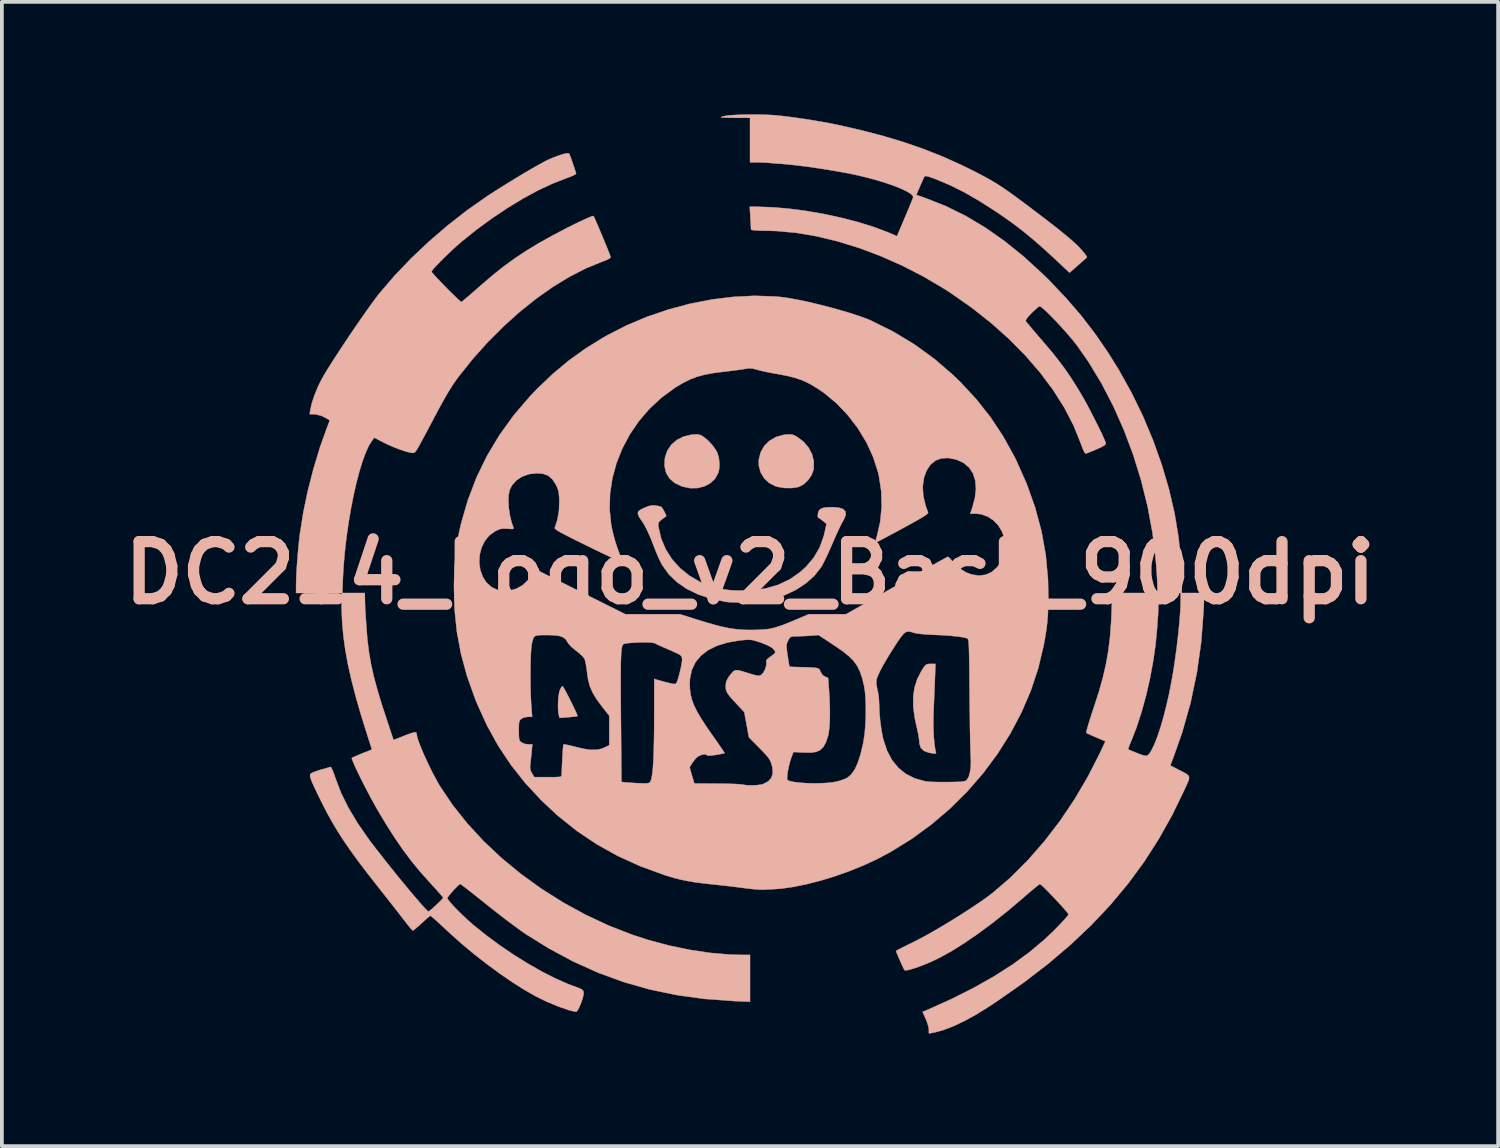
<source format=kicad_pcb>
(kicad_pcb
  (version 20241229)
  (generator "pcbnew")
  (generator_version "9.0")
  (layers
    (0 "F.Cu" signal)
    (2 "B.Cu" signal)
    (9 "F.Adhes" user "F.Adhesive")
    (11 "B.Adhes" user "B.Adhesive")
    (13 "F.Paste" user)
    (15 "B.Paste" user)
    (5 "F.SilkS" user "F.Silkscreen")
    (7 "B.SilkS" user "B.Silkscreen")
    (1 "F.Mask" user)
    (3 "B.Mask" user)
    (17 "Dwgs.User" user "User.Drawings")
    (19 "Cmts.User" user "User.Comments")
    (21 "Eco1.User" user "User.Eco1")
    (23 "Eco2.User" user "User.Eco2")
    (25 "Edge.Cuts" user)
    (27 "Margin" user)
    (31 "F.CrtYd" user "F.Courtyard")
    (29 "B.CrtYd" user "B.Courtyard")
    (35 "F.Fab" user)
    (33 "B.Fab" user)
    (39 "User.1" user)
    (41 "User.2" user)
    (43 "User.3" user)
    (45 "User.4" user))
  (footprint "DC214_Logo_v2_Back_900dpi"
    (layer "F.Cu")
    (at 16.953 12.229)
    (property "Reference" "DC214_Logo_v2_Back_900dpi" (at 0 0 0) (layer "B.SilkS") (effects (font (size 1.524 1.524) (thickness 0.3))))
    (attr through_hole)
    (fp_poly (pts (xy -4.983 3.043) (xy -4.945 3.107) (xy -4.894 3.201) (xy -4.835 3.315) (xy -4.773 3.437) (xy -4.714 3.558) (xy -4.662 3.667) (xy -4.623 3.753) (xy -4.603 3.807) (xy -4.602 3.819) (xy -4.634 3.826) (xy -4.708 3.836) (xy -4.811 3.846) (xy -4.846 3.849) (xy -5.079 3.868) (xy -5.1 3.789) (xy -5.116 3.694) (xy -5.121 3.566) (xy -5.118 3.424) (xy -5.106 3.287) (xy -5.087 3.176) (xy -5.072 3.126) (xy -5.038 3.059) (xy -5.009 3.022) (xy -5.003 3.02) (xy -4.983 3.043)) (stroke (width 0.01) (type solid)) (fill yes) (layer "B.SilkS"))
    (fp_poly (pts (xy 1.144 -3.683) (xy 1.221 -3.648) (xy 1.249 -3.632) (xy 1.425 -3.501) (xy 1.562 -3.342) (xy 1.655 -3.162) (xy 1.702 -2.97) (xy 1.697 -2.774) (xy 1.692 -2.745) (xy 1.64 -2.606) (xy 1.55 -2.475) (xy 1.436 -2.368) (xy 1.311 -2.298) (xy 1.284 -2.289) (xy 1.116 -2.263) (xy 0.926 -2.265) (xy 0.744 -2.293) (xy 0.677 -2.313) (xy 0.511 -2.398) (xy 0.378 -2.523) (xy 0.284 -2.679) (xy 0.235 -2.856) (xy 0.234 -3.019) (xy 0.284 -3.216) (xy 0.38 -3.386) (xy 0.518 -3.523) (xy 0.691 -3.623) (xy 0.894 -3.681) (xy 0.962 -3.69) (xy 1.066 -3.695) (xy 1.144 -3.683)) (stroke (width 0.01) (type solid)) (fill yes) (layer "B.SilkS"))
    (fp_poly (pts (xy -1.356 -3.687) (xy -1.293 -3.663) (xy -1.265 -3.646) (xy -1.136 -3.547) (xy -1.012 -3.418) (xy -0.913 -3.281) (xy -0.873 -3.207) (xy -0.831 -3.066) (xy -0.815 -2.907) (xy -0.825 -2.754) (xy -0.848 -2.664) (xy -0.934 -2.511) (xy -1.06 -2.392) (xy -1.218 -2.308) (xy -1.399 -2.263) (xy -1.595 -2.26) (xy -1.798 -2.301) (xy -1.822 -2.309) (xy -2.007 -2.397) (xy -2.145 -2.515) (xy -2.236 -2.664) (xy -2.279 -2.844) (xy -2.281 -2.873) (xy -2.268 -3.076) (xy -2.206 -3.259) (xy -2.099 -3.417) (xy -1.953 -3.545) (xy -1.773 -3.636) (xy -1.564 -3.685) (xy -1.539 -3.688) (xy -1.431 -3.695) (xy -1.356 -3.687)) (stroke (width 0.01) (type solid)) (fill yes) (layer "B.SilkS"))
    (fp_poly (pts (xy 4.928 2.9) (xy 4.92 3.101) (xy 4.911 3.323) (xy 4.902 3.543) (xy 4.894 3.736) (xy 4.893 3.782) (xy 4.889 3.978) (xy 4.892 4.18) (xy 4.902 4.376) (xy 4.917 4.552) (xy 4.937 4.695) (xy 4.956 4.777) (xy 4.961 4.806) (xy 4.947 4.819) (xy 4.904 4.819) (xy 4.821 4.805) (xy 4.77 4.795) (xy 4.641 4.749) (xy 4.557 4.668) (xy 4.518 4.555) (xy 4.516 4.512) (xy 4.508 4.428) (xy 4.49 4.313) (xy 4.464 4.191) (xy 4.461 4.182) (xy 4.39 3.852) (xy 4.354 3.56) (xy 4.353 3.299) (xy 4.387 3.061) (xy 4.458 2.838) (xy 4.566 2.624) (xy 4.599 2.57) (xy 4.653 2.49) (xy 4.695 2.448) (xy 4.743 2.43) (xy 4.816 2.427) (xy 4.819 2.427) (xy 4.947 2.427) (xy 4.928 2.9)) (stroke (width 0.01) (type solid)) (fill yes) (layer "B.SilkS"))
    (fp_poly (pts (xy -2.536 -1.798) (xy -2.52 -1.796) (xy -2.438 -1.782) (xy -2.379 -1.767) (xy -2.368 -1.762) (xy -2.342 -1.732) (xy -2.307 -1.673) (xy -2.27 -1.605) (xy -2.242 -1.546) (xy -2.234 -1.513) (xy -2.235 -1.512) (xy -2.337 -1.438) (xy -2.401 -1.386) (xy -2.435 -1.345) (xy -2.447 -1.305) (xy -2.445 -1.254) (xy -2.439 -1.216) (xy -2.369 -0.913) (xy -2.247 -0.627) (xy -2.079 -0.364) (xy -1.868 -0.128) (xy -1.618 0.074) (xy -1.333 0.24) (xy -1.185 0.305) (xy -0.979 0.377) (xy -0.781 0.427) (xy -0.57 0.457) (xy -0.347 0.472) (xy 0.051 0.467) (xy 0.417 0.415) (xy 0.751 0.318) (xy 1.056 0.174) (xy 1.332 -0.017) (xy 1.5 -0.17) (xy 1.703 -0.412) (xy 1.858 -0.68) (xy 1.966 -0.979) (xy 1.991 -1.084) (xy 2.04 -1.307) (xy 1.944 -1.387) (xy 1.881 -1.435) (xy 1.836 -1.464) (xy 1.827 -1.467) (xy 1.81 -1.491) (xy 1.808 -1.547) (xy 1.819 -1.613) (xy 1.841 -1.665) (xy 1.843 -1.668) (xy 1.89 -1.71) (xy 1.963 -1.737) (xy 2.071 -1.75) (xy 2.204 -1.753) (xy 2.368 -1.74) (xy 2.481 -1.703) (xy 2.543 -1.642) (xy 2.554 -1.556) (xy 2.515 -1.446) (xy 2.487 -1.398) (xy 2.448 -1.328) (xy 2.393 -1.217) (xy 2.328 -1.077) (xy 2.257 -0.92) (xy 2.2 -0.787) (xy 2.127 -0.621) (xy 2.054 -0.46) (xy 1.985 -0.318) (xy 1.927 -0.206) (xy 1.893 -0.148) (xy 1.715 0.077) (xy 1.49 0.278) (xy 1.226 0.451) (xy 0.928 0.592) (xy 0.602 0.699) (xy 0.374 0.748) (xy 0.255 0.763) (xy 0.1 0.775) (xy -0.076 0.783) (xy -0.255 0.787) (xy -0.423 0.786) (xy -0.564 0.78) (xy -0.649 0.771) (xy -1.035 0.69) (xy -1.382 0.575) (xy -1.688 0.426) (xy -1.951 0.245) (xy -2.17 0.033) (xy -2.342 -0.209) (xy -2.375 -0.27) (xy -2.434 -0.391) (xy -2.498 -0.539) (xy -2.556 -0.686) (xy -2.569 -0.72) (xy -2.65 -0.928) (xy -2.735 -1.118) (xy -2.818 -1.28) (xy -2.895 -1.401) (xy -2.919 -1.432) (xy -2.967 -1.506) (xy -2.991 -1.577) (xy -2.992 -1.588) (xy -2.983 -1.63) (xy -2.95 -1.666) (xy -2.882 -1.706) (xy -2.818 -1.735) (xy -2.707 -1.78) (xy -2.62 -1.799) (xy -2.536 -1.798)) (stroke (width 0.01) (type solid)) (fill yes) (layer "B.SilkS"))
    (fp_poly (pts (xy -4.832 -11.189) (xy -4.827 -11.186) (xy -4.809 -11.15) (xy -4.779 -11.073) (xy -4.743 -10.971) (xy -4.727 -10.922) (xy -4.69 -10.811) (xy -4.66 -10.72) (xy -4.641 -10.662) (xy -4.637 -10.651) (xy -4.657 -10.629) (xy -4.724 -10.595) (xy -4.827 -10.552) (xy -4.93 -10.515) (xy -5.284 -10.376) (xy -5.664 -10.197) (xy -6.062 -9.98) (xy -6.471 -9.732) (xy -6.883 -9.456) (xy -7.291 -9.157) (xy -7.688 -8.839) (xy -7.691 -8.837) (xy -7.802 -8.74) (xy -7.925 -8.629) (xy -8.05 -8.51) (xy -8.173 -8.391) (xy -8.285 -8.278) (xy -8.379 -8.179) (xy -8.45 -8.1) (xy -8.489 -8.048) (xy -8.495 -8.033) (xy -8.476 -8.005) (xy -8.424 -7.946) (xy -8.346 -7.862) (xy -8.251 -7.761) (xy -8.144 -7.652) (xy -8.035 -7.54) (xy -7.929 -7.436) (xy -7.835 -7.344) (xy -7.761 -7.274) (xy -7.713 -7.233) (xy -7.699 -7.225) (xy -7.674 -7.243) (xy -7.612 -7.293) (xy -7.52 -7.371) (xy -7.404 -7.471) (xy -7.269 -7.589) (xy -7.152 -7.691) (xy -6.857 -7.944) (xy -6.566 -8.175) (xy -6.272 -8.389) (xy -5.963 -8.594) (xy -5.632 -8.795) (xy -5.27 -8.997) (xy -4.866 -9.208) (xy -4.682 -9.3) (xy -4.53 -9.374) (xy -4.396 -9.436) (xy -4.286 -9.483) (xy -4.21 -9.512) (xy -4.176 -9.519) (xy -4.175 -9.519) (xy -4.158 -9.486) (xy -4.124 -9.411) (xy -4.076 -9.303) (xy -4.02 -9.172) (xy -3.959 -9.027) (xy -3.897 -8.878) (xy -3.838 -8.735) (xy -3.787 -8.607) (xy -3.746 -8.505) (xy -3.721 -8.438) (xy -3.715 -8.417) (xy -3.739 -8.391) (xy -3.807 -8.354) (xy -3.911 -8.311) (xy -3.951 -8.297) (xy -4.378 -8.123) (xy -4.816 -7.898) (xy -5.259 -7.628) (xy -5.702 -7.315) (xy -6.142 -6.963) (xy -6.572 -6.577) (xy -6.988 -6.161) (xy -7.385 -5.718) (xy -7.758 -5.253) (xy -7.813 -5.179) (xy -7.915 -5.033) (xy -8.026 -4.859) (xy -8.148 -4.65) (xy -8.286 -4.401) (xy -8.428 -4.135) (xy -8.529 -3.942) (xy -8.625 -3.761) (xy -8.712 -3.599) (xy -8.786 -3.463) (xy -8.842 -3.361) (xy -8.877 -3.3) (xy -8.881 -3.294) (xy -8.927 -3.228) (xy -8.966 -3.201) (xy -9.022 -3.201) (xy -9.053 -3.206) (xy -9.178 -3.237) (xy -9.335 -3.289) (xy -9.508 -3.356) (xy -9.68 -3.432) (xy -9.806 -3.494) (xy -10.021 -3.606) (xy -10.088 -3.518) (xy -10.172 -3.381) (xy -10.256 -3.193) (xy -10.34 -2.962) (xy -10.422 -2.692) (xy -10.501 -2.389) (xy -10.575 -2.06) (xy -10.644 -1.711) (xy -10.705 -1.347) (xy -10.759 -0.974) (xy -10.803 -0.6) (xy -10.836 -0.229) (xy -10.856 0.106) (xy -10.874 0.536) (xy -10.273 0.536) (xy -10.27 0.727) (xy -10.267 0.846) (xy -10.263 0.96) (xy -10.259 1.03) (xy -10.253 1.107) (xy -10.246 1.222) (xy -10.237 1.356) (xy -10.232 1.435) (xy -10.205 1.778) (xy -10.164 2.107) (xy -10.108 2.432) (xy -10.033 2.767) (xy -9.938 3.122) (xy -9.82 3.511) (xy -9.762 3.689) (xy -9.508 4.457) (xy -9.361 4.399) (xy -9.194 4.333) (xy -9.071 4.287) (xy -8.987 4.26) (xy -8.934 4.25) (xy -8.905 4.255) (xy -8.893 4.275) (xy -8.89 4.307) (xy -8.877 4.378) (xy -8.841 4.49) (xy -8.786 4.633) (xy -8.717 4.8) (xy -8.635 4.981) (xy -8.547 5.167) (xy -8.456 5.351) (xy -8.365 5.521) (xy -8.28 5.671) (xy -8.27 5.687) (xy -7.93 6.193) (xy -7.539 6.684) (xy -7.103 7.157) (xy -6.624 7.607) (xy -6.109 8.031) (xy -5.561 8.426) (xy -4.986 8.789) (xy -4.387 9.117) (xy -3.769 9.406) (xy -3.136 9.652) (xy -2.709 9.791) (xy -2.16 9.938) (xy -1.608 10.053) (xy -1.065 10.134) (xy -0.543 10.179) (xy -0.219 10.188) (xy 0 10.188) (xy 0 11.438) (xy -0.43 11.419) (xy -1.208 11.362) (xy -1.955 11.259) (xy -2.675 11.11) (xy -3.372 10.911) (xy -4.051 10.663) (xy -4.715 10.364) (xy -5.369 10.013) (xy -5.97 9.639) (xy -6.099 9.55) (xy -6.261 9.432) (xy -6.446 9.295) (xy -6.643 9.144) (xy -6.843 8.989) (xy -7.034 8.837) (xy -7.034 8.836) (xy -7.202 8.702) (xy -7.356 8.58) (xy -7.49 8.474) (xy -7.6 8.389) (xy -7.679 8.33) (xy -7.723 8.3) (xy -7.729 8.297) (xy -7.761 8.317) (xy -7.817 8.369) (xy -7.887 8.44) (xy -7.958 8.519) (xy -8.02 8.593) (xy -8.061 8.649) (xy -8.071 8.673) (xy -8.051 8.715) (xy -7.995 8.787) (xy -7.91 8.883) (xy -7.802 8.995) (xy -7.679 9.116) (xy -7.547 9.241) (xy -7.412 9.361) (xy -7.359 9.406) (xy -7.022 9.676) (xy -6.664 9.94) (xy -6.294 10.19) (xy -5.92 10.423) (xy -5.553 10.632) (xy -5.199 10.812) (xy -4.87 10.958) (xy -4.713 11.018) (xy -4.591 11.062) (xy -4.512 11.096) (xy -4.467 11.124) (xy -4.445 11.154) (xy -4.437 11.192) (xy -4.437 11.196) (xy -4.442 11.26) (xy -4.466 11.351) (xy -4.5 11.454) (xy -4.541 11.556) (xy -4.582 11.64) (xy -4.618 11.693) (xy -4.634 11.703) (xy -4.679 11.698) (xy -4.759 11.68) (xy -4.84 11.658) (xy -5.119 11.562) (xy -5.418 11.437) (xy -5.714 11.292) (xy -5.729 11.284) (xy -6.022 11.117) (xy -6.342 10.914) (xy -6.679 10.682) (xy -7.023 10.429) (xy -7.363 10.163) (xy -7.692 9.889) (xy -7.997 9.617) (xy -8.042 9.574) (xy -8.176 9.45) (xy -8.296 9.339) (xy -8.397 9.248) (xy -8.472 9.183) (xy -8.515 9.148) (xy -8.523 9.144) (xy -8.552 9.162) (xy -8.612 9.211) (xy -8.693 9.283) (xy -8.757 9.342) (xy -8.848 9.424) (xy -8.924 9.489) (xy -8.976 9.529) (xy -8.993 9.538) (xy -9.018 9.516) (xy -9.07 9.457) (xy -9.141 9.37) (xy -9.226 9.262) (xy -9.247 9.234) (xy -9.33 9.126) (xy -9.44 8.984) (xy -9.57 8.818) (xy -9.71 8.639) (xy -9.853 8.458) (xy -9.947 8.34) (xy -10.213 8) (xy -10.446 7.693) (xy -10.649 7.413) (xy -10.83 7.152) (xy -10.991 6.902) (xy -11.138 6.656) (xy -11.277 6.406) (xy -11.411 6.146) (xy -11.443 6.082) (xy -11.542 5.878) (xy -11.619 5.718) (xy -11.674 5.596) (xy -11.71 5.507) (xy -11.729 5.443) (xy -11.734 5.4) (xy -11.726 5.37) (xy -11.711 5.35) (xy -11.665 5.325) (xy -11.581 5.292) (xy -11.475 5.257) (xy -11.445 5.249) (xy -11.337 5.219) (xy -11.249 5.193) (xy -11.196 5.177) (xy -11.189 5.174) (xy -11.167 5.195) (xy -11.133 5.264) (xy -11.09 5.376) (xy -11.055 5.481) (xy -10.908 5.865) (xy -10.71 6.265) (xy -10.46 6.683) (xy -10.157 7.119) (xy -10.109 7.183) (xy -9.979 7.353) (xy -9.835 7.537) (xy -9.683 7.73) (xy -9.526 7.927) (xy -9.368 8.122) (xy -9.213 8.31) (xy -9.066 8.487) (xy -8.931 8.647) (xy -8.811 8.786) (xy -8.712 8.899) (xy -8.636 8.98) (xy -8.589 9.024) (xy -8.577 9.031) (xy -8.546 9.013) (xy -8.488 8.965) (xy -8.413 8.899) (xy -8.334 8.825) (xy -8.262 8.754) (xy -8.208 8.697) (xy -8.185 8.664) (xy -8.184 8.663) (xy -8.203 8.636) (xy -8.254 8.575) (xy -8.332 8.486) (xy -8.431 8.375) (xy -8.545 8.251) (xy -8.559 8.236) (xy -8.806 7.959) (xy -9.038 7.676) (xy -9.261 7.377) (xy -9.484 7.052) (xy -9.712 6.693) (xy -9.934 6.322) (xy -10.018 6.173) (xy -10.109 6.007) (xy -10.202 5.832) (xy -10.294 5.654) (xy -10.381 5.481) (xy -10.46 5.32) (xy -10.527 5.178) (xy -10.578 5.062) (xy -10.611 4.98) (xy -10.621 4.939) (xy -10.62 4.936) (xy -10.585 4.917) (xy -10.511 4.884) (xy -10.409 4.841) (xy -10.34 4.813) (xy -10.083 4.71) (xy -10.221 4.281) (xy -10.383 3.761) (xy -10.52 3.284) (xy -10.633 2.844) (xy -10.725 2.435) (xy -10.795 2.048) (xy -10.845 1.679) (xy -10.877 1.32) (xy -10.892 0.965) (xy -10.893 0.826) (xy -10.894 0.536) (xy -12.107 0.536) (xy -12.107 0.332) (xy -12.103 0.169) (xy -12.094 -0.035) (xy -12.079 -0.264) (xy -12.06 -0.504) (xy -12.039 -0.739) (xy -12.016 -0.954) (xy -12.006 -1.03) (xy -11.917 -1.598) (xy -11.794 -2.188) (xy -11.641 -2.784) (xy -11.464 -3.366) (xy -11.288 -3.859) (xy -11.209 -4.064) (xy -11.284 -4.116) (xy -11.429 -4.19) (xy -11.587 -4.23) (xy -11.648 -4.233) (xy -11.745 -4.233) (xy -11.726 -4.353) (xy -11.684 -4.534) (xy -11.615 -4.742) (xy -11.525 -4.961) (xy -11.429 -5.158) (xy -11.359 -5.28) (xy -11.262 -5.44) (xy -11.142 -5.631) (xy -11.004 -5.844) (xy -10.854 -6.073) (xy -10.696 -6.31) (xy -10.535 -6.547) (xy -10.377 -6.776) (xy -10.227 -6.99) (xy -10.09 -7.182) (xy -9.971 -7.343) (xy -9.888 -7.45) (xy -9.49 -7.915) (xy -9.047 -8.38) (xy -8.567 -8.834) (xy -8.06 -9.27) (xy -7.537 -9.678) (xy -7.007 -10.049) (xy -6.914 -10.11) (xy -6.697 -10.248) (xy -6.472 -10.389) (xy -6.247 -10.527) (xy -6.029 -10.658) (xy -5.827 -10.776) (xy -5.648 -10.878) (xy -5.5 -10.96) (xy -5.391 -11.015) (xy -5.381 -11.02) (xy -5.231 -11.084) (xy -5.092 -11.135) (xy -4.972 -11.172) (xy -4.882 -11.191) (xy -4.832 -11.189)) (stroke (width 0.01) (type solid)) (fill yes) (layer "B.SilkS"))
    (fp_poly (pts (xy 0.255 -12.223) (xy 0.444 -12.218) (xy 0.613 -12.209) (xy 0.653 -12.206) (xy 0.855 -12.186) (xy 1.098 -12.156) (xy 1.366 -12.118) (xy 1.643 -12.076) (xy 1.915 -12.03) (xy 2.167 -11.984) (xy 2.342 -11.948) (xy 2.977 -11.803) (xy 3.565 -11.649) (xy 4.115 -11.483) (xy 4.636 -11.302) (xy 5.138 -11.103) (xy 5.63 -10.882) (xy 5.966 -10.717) (xy 6.133 -10.631) (xy 6.282 -10.552) (xy 6.419 -10.475) (xy 6.551 -10.397) (xy 6.684 -10.312) (xy 6.827 -10.216) (xy 6.984 -10.105) (xy 7.163 -9.974) (xy 7.37 -9.82) (xy 7.613 -9.636) (xy 7.717 -9.557) (xy 7.992 -9.347) (xy 8.223 -9.166) (xy 8.414 -9.011) (xy 8.569 -8.88) (xy 8.692 -8.77) (xy 8.785 -8.677) (xy 8.787 -8.675) (xy 8.873 -8.579) (xy 8.939 -8.498) (xy 8.979 -8.44) (xy 8.986 -8.414) (xy 8.955 -8.387) (xy 8.892 -8.332) (xy 8.807 -8.258) (xy 8.741 -8.199) (xy 8.521 -8.006) (xy 8.402 -8.118) (xy 8.121 -8.382) (xy 7.871 -8.612) (xy 7.644 -8.813) (xy 7.431 -8.993) (xy 7.226 -9.158) (xy 7.019 -9.315) (xy 6.804 -9.469) (xy 6.571 -9.628) (xy 6.505 -9.672) (xy 6.098 -9.931) (xy 5.716 -10.15) (xy 5.351 -10.333) (xy 4.994 -10.485) (xy 4.953 -10.501) (xy 4.822 -10.549) (xy 4.734 -10.576) (xy 4.681 -10.584) (xy 4.654 -10.576) (xy 4.65 -10.57) (xy 4.629 -10.528) (xy 4.594 -10.448) (xy 4.549 -10.346) (xy 4.532 -10.306) (xy 4.435 -10.081) (xy 4.694 -9.991) (xy 5.231 -9.778) (xy 5.757 -9.518) (xy 6.275 -9.209) (xy 6.787 -8.85) (xy 7.296 -8.439) (xy 7.805 -7.973) (xy 7.974 -7.807) (xy 8.419 -7.34) (xy 8.822 -6.874) (xy 9.192 -6.394) (xy 9.542 -5.886) (xy 9.833 -5.419) (xy 10.172 -4.811) (xy 10.479 -4.181) (xy 10.749 -3.536) (xy 10.982 -2.883) (xy 11.174 -2.23) (xy 11.324 -1.584) (xy 11.428 -0.952) (xy 11.474 -0.508) (xy 11.484 -0.387) (xy 11.493 -0.284) (xy 11.5 -0.215) (xy 11.502 -0.198) (xy 11.506 -0.154) (xy 11.509 -0.067) (xy 11.511 0.052) (xy 11.512 0.189) (xy 11.513 0.191) (xy 11.515 0.536) (xy 12.116 0.536) (xy 12.097 0.995) (xy 12.034 1.836) (xy 11.918 2.659) (xy 11.749 3.466) (xy 11.525 4.258) (xy 11.288 4.932) (xy 11.209 5.136) (xy 11.429 5.25) (xy 11.556 5.315) (xy 11.643 5.364) (xy 11.694 5.408) (xy 11.712 5.457) (xy 11.7 5.525) (xy 11.661 5.62) (xy 11.599 5.755) (xy 11.585 5.786) (xy 11.261 6.455) (xy 10.904 7.092) (xy 10.513 7.702) (xy 10.083 8.288) (xy 9.613 8.851) (xy 9.101 9.395) (xy 8.543 9.922) (xy 7.937 10.436) (xy 7.281 10.939) (xy 6.572 11.434) (xy 6.322 11.599) (xy 6.01 11.791) (xy 5.707 11.956) (xy 5.421 12.09) (xy 5.159 12.191) (xy 4.927 12.255) (xy 4.875 12.265) (xy 4.77 12.283) (xy 4.77 12.18) (xy 4.758 12.102) (xy 4.727 11.997) (xy 4.686 11.894) (xy 4.602 11.709) (xy 4.729 11.655) (xy 5.375 11.364) (xy 5.967 11.066) (xy 6.508 10.76) (xy 7.001 10.445) (xy 7.448 10.119) (xy 7.852 9.78) (xy 8.107 9.538) (xy 8.227 9.415) (xy 8.332 9.304) (xy 8.416 9.212) (xy 8.472 9.144) (xy 8.495 9.109) (xy 8.495 9.108) (xy 8.476 9.076) (xy 8.425 9.013) (xy 8.349 8.926) (xy 8.256 8.823) (xy 8.152 8.711) (xy 8.045 8.599) (xy 7.944 8.494) (xy 7.854 8.404) (xy 7.783 8.337) (xy 7.74 8.301) (xy 7.731 8.297) (xy 7.704 8.315) (xy 7.64 8.365) (xy 7.548 8.441) (xy 7.432 8.538) (xy 7.301 8.651) (xy 7.253 8.693) (xy 6.856 9.028) (xy 6.463 9.34) (xy 6.08 9.623) (xy 5.713 9.875) (xy 5.368 10.091) (xy 5.05 10.266) (xy 4.981 10.3) (xy 4.819 10.376) (xy 4.654 10.445) (xy 4.498 10.505) (xy 4.357 10.553) (xy 4.241 10.586) (xy 4.159 10.6) (xy 4.12 10.594) (xy 4.102 10.562) (xy 4.068 10.492) (xy 4.026 10.399) (xy 3.981 10.297) (xy 3.94 10.201) (xy 3.909 10.126) (xy 3.895 10.084) (xy 3.895 10.081) (xy 3.919 10.067) (xy 3.986 10.031) (xy 4.088 9.979) (xy 4.217 9.915) (xy 4.366 9.842) (xy 4.369 9.841) (xy 4.572 9.736) (xy 4.807 9.607) (xy 5.063 9.459) (xy 5.329 9.299) (xy 5.596 9.133) (xy 5.854 8.967) (xy 6.093 8.808) (xy 6.302 8.662) (xy 6.471 8.534) (xy 6.481 8.527) (xy 6.955 8.118) (xy 7.413 7.659) (xy 7.852 7.156) (xy 8.268 6.614) (xy 8.655 6.039) (xy 9.01 5.436) (xy 9.329 4.81) (xy 9.33 4.807) (xy 9.378 4.705) (xy 10.086 4.705) (xy 10.116 4.72) (xy 10.185 4.75) (xy 10.283 4.789) (xy 10.333 4.81) (xy 10.454 4.856) (xy 10.536 4.878) (xy 10.593 4.873) (xy 10.637 4.838) (xy 10.683 4.771) (xy 10.706 4.732) (xy 10.782 4.578) (xy 10.862 4.375) (xy 10.944 4.131) (xy 11.025 3.852) (xy 11.103 3.547) (xy 11.177 3.222) (xy 11.243 2.885) (xy 11.245 2.875) (xy 11.294 2.59) (xy 11.339 2.287) (xy 11.381 1.976) (xy 11.417 1.668) (xy 11.447 1.375) (xy 11.469 1.105) (xy 11.483 0.872) (xy 11.486 0.716) (xy 11.486 0.536) (xy 10.894 0.536) (xy 10.891 0.811) (xy 10.888 0.939) (xy 10.885 1.051) (xy 10.882 1.132) (xy 10.88 1.157) (xy 10.875 1.217) (xy 10.867 1.315) (xy 10.859 1.435) (xy 10.856 1.482) (xy 10.816 1.912) (xy 10.751 2.362) (xy 10.666 2.82) (xy 10.562 3.273) (xy 10.442 3.709) (xy 10.31 4.116) (xy 10.168 4.481) (xy 10.147 4.529) (xy 10.112 4.615) (xy 10.09 4.679) (xy 10.086 4.705) (xy 9.378 4.705) (xy 9.478 4.492) (xy 9.234 4.388) (xy 9.125 4.341) (xy 9.036 4.3) (xy 8.98 4.272) (xy 8.968 4.265) (xy 8.971 4.234) (xy 8.991 4.157) (xy 9.024 4.042) (xy 9.069 3.896) (xy 9.124 3.726) (xy 9.171 3.584) (xy 9.304 3.172) (xy 9.41 2.795) (xy 9.493 2.437) (xy 9.555 2.084) (xy 9.6 1.72) (xy 9.63 1.332) (xy 9.643 1.037) (xy 9.661 0.536) (xy 10.868 0.536) (xy 10.863 0.303) (xy 10.859 0.191) (xy 10.85 0.039) (xy 10.838 -0.136) (xy 10.824 -0.315) (xy 10.818 -0.381) (xy 10.733 -1.076) (xy 10.603 -1.774) (xy 10.431 -2.467) (xy 10.22 -3.149) (xy 9.971 -3.813) (xy 9.687 -4.452) (xy 9.371 -5.06) (xy 9.026 -5.63) (xy 8.724 -6.061) (xy 8.632 -6.179) (xy 8.522 -6.311) (xy 8.399 -6.451) (xy 8.271 -6.593) (xy 8.143 -6.73) (xy 8.021 -6.855) (xy 7.912 -6.963) (xy 7.822 -7.045) (xy 7.757 -7.097) (xy 7.726 -7.112) (xy 7.691 -7.093) (xy 7.628 -7.042) (xy 7.548 -6.969) (xy 7.51 -6.931) (xy 7.416 -6.831) (xy 7.364 -6.761) (xy 7.352 -6.718) (xy 7.354 -6.713) (xy 7.379 -6.681) (xy 7.435 -6.614) (xy 7.517 -6.516) (xy 7.62 -6.395) (xy 7.738 -6.257) (xy 7.823 -6.159) (xy 8.043 -5.9) (xy 8.231 -5.664) (xy 8.4 -5.437) (xy 8.56 -5.204) (xy 8.721 -4.95) (xy 8.847 -4.741) (xy 8.915 -4.622) (xy 8.994 -4.478) (xy 9.079 -4.316) (xy 9.166 -4.147) (xy 9.251 -3.978) (xy 9.33 -3.819) (xy 9.397 -3.678) (xy 9.448 -3.564) (xy 9.48 -3.486) (xy 9.487 -3.461) (xy 9.482 -3.432) (xy 9.449 -3.4) (xy 9.381 -3.361) (xy 9.269 -3.309) (xy 9.245 -3.299) (xy 9.133 -3.251) (xy 9.038 -3.212) (xy 8.974 -3.188) (xy 8.956 -3.182) (xy 8.927 -3.205) (xy 8.887 -3.282) (xy 8.836 -3.412) (xy 8.82 -3.457) (xy 8.628 -3.932) (xy 8.382 -4.407) (xy 8.085 -4.877) (xy 7.739 -5.34) (xy 7.347 -5.794) (xy 6.912 -6.235) (xy 6.435 -6.661) (xy 5.92 -7.068) (xy 5.369 -7.454) (xy 5.151 -7.595) (xy 4.61 -7.913) (xy 4.052 -8.199) (xy 3.484 -8.45) (xy 2.913 -8.665) (xy 2.343 -8.841) (xy 1.781 -8.977) (xy 1.235 -9.07) (xy 0.709 -9.118) (xy 0.473 -9.125) (xy 0.289 -9.128) (xy 0.151 -9.134) (xy 0.063 -9.144) (xy 0.028 -9.155) (xy 0.027 -9.157) (xy 0.026 -9.196) (xy 0.021 -9.278) (xy 0.015 -9.39) (xy 0.01 -9.476) (xy -0.007 -9.765) (xy 0.187 -9.765) (xy 0.601 -9.751) (xy 1.043 -9.713) (xy 1.503 -9.653) (xy 1.968 -9.572) (xy 2.428 -9.473) (xy 2.87 -9.359) (xy 3.283 -9.232) (xy 3.656 -9.093) (xy 3.773 -9.044) (xy 3.919 -8.979) (xy 4.131 -9.48) (xy 4.198 -9.638) (xy 4.256 -9.779) (xy 4.304 -9.896) (xy 4.337 -9.978) (xy 4.351 -10.017) (xy 4.352 -10.018) (xy 4.335 -10.066) (xy 4.268 -10.123) (xy 4.158 -10.187) (xy 4.009 -10.256) (xy 3.827 -10.328) (xy 3.617 -10.401) (xy 3.386 -10.472) (xy 3.139 -10.539) (xy 2.882 -10.601) (xy 2.773 -10.625) (xy 2.487 -10.681) (xy 2.178 -10.735) (xy 1.859 -10.786) (xy 1.545 -10.832) (xy 1.249 -10.869) (xy 0.986 -10.897) (xy 0.847 -10.909) (xy 0.717 -10.918) (xy 0.597 -10.927) (xy 0.506 -10.935) (xy 0.48 -10.937) (xy 0.399 -10.943) (xy 0.287 -10.947) (xy 0.191 -10.949) (xy 0 -10.95) (xy 0 -12.136) (xy -0.416 -12.138) (xy -0.576 -12.139) (xy -0.685 -12.141) (xy -0.749 -12.144) (xy -0.773 -12.15) (xy -0.763 -12.159) (xy -0.725 -12.172) (xy -0.691 -12.181) (xy -0.611 -12.196) (xy -0.485 -12.207) (xy -0.324 -12.216) (xy -0.14 -12.222) (xy 0.057 -12.224) (xy 0.255 -12.223)) (stroke (width 0.01) (type solid)) (fill yes) (layer "B.SilkS"))
    (fp_poly (pts (xy 0.665 -7.372) (xy 0.839 -7.356) (xy 1.04 -7.328) (xy 1.278 -7.284) (xy 1.545 -7.228) (xy 1.828 -7.161) (xy 2.116 -7.087) (xy 2.4 -7.009) (xy 2.668 -6.93) (xy 2.908 -6.851) (xy 3.111 -6.778) (xy 3.216 -6.734) (xy 3.819 -6.435) (xy 4.387 -6.092) (xy 4.92 -5.705) (xy 5.422 -5.272) (xy 5.618 -5.082) (xy 6.041 -4.625) (xy 6.416 -4.149) (xy 6.751 -3.643) (xy 7.052 -3.099) (xy 7.098 -3.006) (xy 7.379 -2.375) (xy 7.604 -1.744) (xy 7.774 -1.11) (xy 7.888 -0.471) (xy 7.947 0.173) (xy 7.956 0.632) (xy 7.952 0.892) (xy 7.943 1.113) (xy 7.928 1.313) (xy 7.904 1.509) (xy 7.872 1.718) (xy 7.83 1.944) (xy 7.686 2.547) (xy 7.489 3.14) (xy 7.241 3.719) (xy 6.945 4.28) (xy 6.604 4.821) (xy 6.22 5.338) (xy 5.796 5.827) (xy 5.335 6.285) (xy 4.839 6.708) (xy 4.311 7.094) (xy 3.753 7.439) (xy 3.39 7.632) (xy 3.04 7.795) (xy 2.669 7.946) (xy 2.287 8.083) (xy 1.903 8.201) (xy 1.529 8.298) (xy 1.173 8.372) (xy 0.847 8.419) (xy 0.617 8.436) (xy 0.515 8.44) (xy 0.436 8.444) (xy 0.397 8.447) (xy 0.396 8.448) (xy 0.362 8.449) (xy 0.289 8.448) (xy 0.226 8.445) (xy 0.129 8.438) (xy -0.002 8.425) (xy -0.147 8.407) (xy -0.226 8.397) (xy -0.366 8.378) (xy -0.542 8.357) (xy -0.734 8.335) (xy -0.92 8.315) (xy -0.96 8.311) (xy -1.236 8.281) (xy -1.47 8.251) (xy -1.673 8.217) (xy -1.86 8.178) (xy -2.044 8.13) (xy -2.237 8.072) (xy -2.298 8.052) (xy -2.934 7.82) (xy -3.53 7.548) (xy -4.092 7.235) (xy -4.622 6.879) (xy -5.125 6.477) (xy -5.562 6.069) (xy -5.994 5.604) (xy -6.378 5.119) (xy -6.718 4.607) (xy -6.94 4.205) (xy -6.167 4.205) (xy -6.165 4.329) (xy -6.16 4.41) (xy -6.147 4.461) (xy -6.125 4.495) (xy -6.1 4.518) (xy -6.011 4.56) (xy -5.92 4.572) (xy -5.806 4.572) (xy -5.824 4.763) (xy -5.836 4.89) (xy -5.85 5.02) (xy -5.859 5.099) (xy -5.866 5.2) (xy -5.852 5.274) (xy -5.815 5.346) (xy -5.753 5.447) (xy -5.388 5.447) (xy -5.239 5.447) (xy -5.137 5.444) (xy -5.074 5.439) (xy -5.04 5.429) (xy -5.026 5.412) (xy -5.023 5.387) (xy -5.023 5.383) (xy -5.02 5.278) (xy -5.015 5.15) (xy -5.008 5.012) (xy -5.001 4.875) (xy -4.993 4.751) (xy -4.986 4.651) (xy -4.979 4.589) (xy -4.976 4.573) (xy -4.946 4.574) (xy -4.872 4.588) (xy -4.766 4.612) (xy -4.648 4.642) (xy -4.427 4.693) (xy -4.246 4.718) (xy -4.095 4.718) (xy -3.966 4.691) (xy -3.885 4.659) (xy -3.754 4.595) (xy -3.754 3.81) (xy -3.938 3.577) (xy -4.086 3.378) (xy -4.195 3.198) (xy -4.271 3.024) (xy -4.319 2.841) (xy -4.321 2.828) (xy -3.449 2.828) (xy -3.448 3.094) (xy -3.447 3.408) (xy -3.444 3.773) (xy -3.443 3.881) (xy -3.429 5.574) (xy -3.288 5.589) (xy -3.189 5.597) (xy -3.06 5.605) (xy -2.927 5.611) (xy -2.916 5.611) (xy -2.8 5.614) (xy -2.727 5.61) (xy -2.685 5.597) (xy -2.661 5.574) (xy -2.655 5.564) (xy -2.63 5.492) (xy -2.609 5.375) (xy -2.591 5.212) (xy -2.577 5.001) (xy -2.567 4.74) (xy -2.56 4.428) (xy -2.556 4.061) (xy -2.556 3.888) (xy -2.555 3.649) (xy -2.555 3.428) (xy -2.555 3.233) (xy -2.555 3.069) (xy -2.554 2.942) (xy -2.554 2.858) (xy -2.554 2.823) (xy -2.554 2.823) (xy -2.529 2.834) (xy -2.464 2.855) (xy -2.372 2.881) (xy -2.269 2.909) (xy -2.168 2.934) (xy -2.085 2.954) (xy -2.034 2.963) (xy -2.029 2.963) (xy -1.995 2.96) (xy -1.973 2.947) (xy -1.609 2.947) (xy -1.603 3.104) (xy -1.583 3.251) (xy -1.546 3.396) (xy -1.488 3.546) (xy -1.406 3.709) (xy -1.297 3.894) (xy -1.157 4.108) (xy -1.03 4.292) (xy -0.926 4.439) (xy -0.835 4.57) (xy -0.761 4.678) (xy -0.707 4.757) (xy -0.68 4.799) (xy -0.677 4.804) (xy -0.703 4.814) (xy -0.772 4.829) (xy -0.87 4.847) (xy -0.906 4.853) (xy -1.026 4.87) (xy -1.101 4.875) (xy -1.142 4.868) (xy -1.156 4.856) (xy -1.185 4.837) (xy -1.244 4.841) (xy -1.292 4.853) (xy -1.374 4.886) (xy -1.444 4.945) (xy -1.508 5.024) (xy -1.561 5.101) (xy -1.597 5.16) (xy -1.609 5.185) (xy -1.601 5.219) (xy -1.581 5.293) (xy -1.552 5.392) (xy -1.547 5.41) (xy -1.485 5.616) (xy -0.891 5.62) (xy -0.708 5.622) (xy -0.539 5.625) (xy -0.395 5.63) (xy -0.286 5.636) (xy -0.22 5.643) (xy -0.212 5.644) (xy -0.099 5.662) (xy 0.039 5.667) (xy 0.18 5.661) (xy 0.3 5.645) (xy 0.348 5.632) (xy 0.483 5.562) (xy 0.569 5.467) (xy 0.607 5.345) (xy 0.597 5.193) (xy 0.579 5.12) (xy 0.555 5.048) (xy 0.525 4.984) (xy 0.481 4.919) (xy 0.415 4.841) (xy 0.321 4.74) (xy 0.25 4.668) (xy -0.031 4.383) (xy -0.092 4.047) (xy -0.154 3.712) (xy -0.339 3.514) (xy -0.457 3.388) (xy -0.54 3.292) (xy -0.595 3.219) (xy -0.628 3.159) (xy -0.644 3.102) (xy -0.649 3.041) (xy -0.649 3.02) (xy -0.637 2.908) (xy -0.592 2.81) (xy -0.569 2.777) (xy -0.502 2.688) (xy -0.449 2.629) (xy -0.398 2.599) (xy -0.334 2.595) (xy -0.246 2.613) (xy -0.12 2.651) (xy -0.072 2.666) (xy 0.062 2.707) (xy 0.154 2.732) (xy 0.215 2.742) (xy 0.256 2.74) (xy 0.289 2.725) (xy 0.298 2.72) (xy 0.357 2.657) (xy 0.406 2.563) (xy 0.435 2.464) (xy 0.435 2.387) (xy 0.433 2.342) (xy 0.459 2.3) (xy 0.523 2.249) (xy 0.548 2.231) (xy 0.625 2.177) (xy 0.664 2.142) (xy 0.672 2.112) (xy 0.657 2.075) (xy 0.648 2.058) (xy 0.593 2.001) (xy 0.524 1.961) (xy 0.973 1.961) (xy 0.979 2.039) (xy 0.995 2.154) (xy 1.003 2.206) (xy 1.021 2.326) (xy 1.037 2.423) (xy 1.048 2.485) (xy 1.052 2.501) (xy 1.081 2.504) (xy 1.155 2.508) (xy 1.262 2.511) (xy 1.377 2.515) (xy 1.55 2.519) (xy 1.675 2.525) (xy 1.761 2.534) (xy 1.816 2.548) (xy 1.848 2.569) (xy 1.867 2.6) (xy 1.879 2.634) (xy 1.932 2.722) (xy 1.994 2.763) (xy 2.083 2.802) (xy 2.107 3.13) (xy 2.123 3.415) (xy 2.13 3.68) (xy 2.128 3.919) (xy 2.116 4.123) (xy 2.096 4.283) (xy 2.078 4.36) (xy 2.02 4.527) (xy 1.953 4.647) (xy 1.868 4.728) (xy 1.756 4.775) (xy 1.607 4.794) (xy 1.421 4.791) (xy 1.158 4.777) (xy 1.098 4.936) (xy 1.066 5.035) (xy 1.037 5.151) (xy 1.012 5.272) (xy 0.996 5.382) (xy 0.989 5.469) (xy 0.994 5.518) (xy 0.997 5.522) (xy 1.054 5.551) (xy 1.158 5.574) (xy 1.296 5.593) (xy 1.46 5.605) (xy 1.639 5.612) (xy 1.823 5.612) (xy 2 5.605) (xy 2.162 5.591) (xy 2.28 5.572) (xy 2.401 5.541) (xy 2.515 5.502) (xy 2.598 5.462) (xy 2.602 5.46) (xy 2.703 5.371) (xy 2.793 5.243) (xy 2.872 5.071) (xy 2.944 4.852) (xy 3.01 4.581) (xy 3.025 4.504) (xy 3.054 4.317) (xy 3.074 4.098) (xy 3.086 3.861) (xy 3.089 3.62) (xy 3.083 3.39) (xy 3.068 3.185) (xy 3.044 3.02) (xy 3.041 3.006) (xy 3.03 2.963) (xy 3.369 2.963) (xy 3.391 3.089) (xy 3.398 3.113) (xy 3.421 3.223) (xy 3.437 3.359) (xy 3.443 3.484) (xy 3.451 3.709) (xy 3.472 3.952) (xy 3.505 4.191) (xy 3.546 4.403) (xy 3.556 4.446) (xy 3.654 4.741) (xy 3.787 4.992) (xy 3.954 5.198) (xy 4.156 5.36) (xy 4.394 5.48) (xy 4.669 5.557) (xy 4.685 5.56) (xy 4.757 5.568) (xy 4.873 5.574) (xy 5.018 5.578) (xy 5.181 5.579) (xy 5.27 5.579) (xy 5.442 5.576) (xy 5.567 5.573) (xy 5.654 5.567) (xy 5.712 5.557) (xy 5.75 5.544) (xy 5.777 5.524) (xy 5.785 5.517) (xy 5.831 5.44) (xy 5.866 5.319) (xy 5.887 5.17) (xy 5.891 5.003) (xy 5.886 4.911) (xy 5.883 4.841) (xy 5.879 4.721) (xy 5.874 4.558) (xy 5.87 4.357) (xy 5.866 4.124) (xy 5.863 3.867) (xy 5.859 3.591) (xy 5.856 3.303) (xy 5.855 3.232) (xy 5.852 2.907) (xy 5.85 2.634) (xy 5.847 2.408) (xy 5.844 2.225) (xy 5.841 2.08) (xy 5.837 1.968) (xy 5.833 1.886) (xy 5.827 1.827) (xy 5.82 1.789) (xy 5.811 1.765) (xy 5.801 1.752) (xy 5.789 1.746) (xy 5.783 1.743) (xy 5.685 1.718) (xy 5.537 1.696) (xy 5.344 1.677) (xy 5.111 1.661) (xy 4.918 1.653) (xy 4.712 1.642) (xy 4.543 1.627) (xy 4.417 1.608) (xy 4.362 1.594) (xy 4.283 1.57) (xy 4.218 1.562) (xy 4.16 1.576) (xy 4.103 1.617) (xy 4.039 1.69) (xy 3.96 1.8) (xy 3.86 1.952) (xy 3.848 1.971) (xy 3.683 2.235) (xy 3.552 2.459) (xy 3.455 2.642) (xy 3.394 2.782) (xy 3.371 2.861) (xy 3.369 2.963) (xy 3.03 2.963) (xy 2.989 2.798) (xy 2.93 2.626) (xy 2.857 2.479) (xy 2.763 2.349) (xy 2.641 2.225) (xy 2.483 2.097) (xy 2.283 1.958) (xy 2.24 1.929) (xy 1.83 1.659) (xy 1.613 1.675) (xy 1.48 1.683) (xy 1.341 1.689) (xy 1.235 1.692) (xy 1.143 1.695) (xy 1.089 1.707) (xy 1.054 1.738) (xy 1.02 1.799) (xy 1.016 1.805) (xy 0.991 1.858) (xy 0.977 1.906) (xy 0.973 1.961) (xy 0.524 1.961) (xy 0.486 1.939) (xy 0.325 1.873) (xy 0.213 1.834) (xy 0.12 1.805) (xy 0.045 1.788) (xy -0.031 1.783) (xy -0.124 1.787) (xy -0.254 1.799) (xy -0.273 1.801) (xy -0.597 1.856) (xy -0.879 1.942) (xy -1.116 2.059) (xy -1.308 2.206) (xy -1.454 2.382) (xy -1.552 2.587) (xy -1.602 2.819) (xy -1.609 2.947) (xy -1.973 2.947) (xy -1.969 2.944) (xy -1.947 2.905) (xy -1.922 2.834) (xy -1.89 2.721) (xy -1.878 2.674) (xy -1.847 2.543) (xy -1.823 2.423) (xy -1.811 2.33) (xy -1.811 2.291) (xy -1.817 2.251) (xy -1.832 2.22) (xy -1.864 2.19) (xy -1.922 2.157) (xy -2.015 2.113) (xy -2.15 2.053) (xy -2.159 2.049) (xy -2.291 1.992) (xy -2.407 1.94) (xy -2.496 1.899) (xy -2.547 1.874) (xy -2.55 1.873) (xy -2.601 1.861) (xy -2.692 1.854) (xy -2.812 1.852) (xy -2.946 1.854) (xy -3.082 1.86) (xy -3.207 1.869) (xy -3.306 1.881) (xy -3.368 1.895) (xy -3.379 1.901) (xy -3.395 1.922) (xy -3.409 1.954) (xy -3.42 2.001) (xy -3.429 2.067) (xy -3.436 2.157) (xy -3.442 2.274) (xy -3.446 2.422) (xy -3.448 2.605) (xy -3.449 2.828) (xy -4.321 2.828) (xy -4.345 2.659) (xy -4.362 2.527) (xy -4.382 2.409) (xy -4.404 2.319) (xy -4.417 2.286) (xy -4.46 2.23) (xy -4.536 2.158) (xy -4.628 2.084) (xy -4.639 2.075) (xy -4.756 1.981) (xy -4.839 1.892) (xy -4.868 1.846) (xy -4.915 1.771) (xy -4.982 1.718) (xy -5.076 1.684) (xy -5.207 1.665) (xy -5.383 1.658) (xy -5.429 1.658) (xy -5.572 1.659) (xy -5.668 1.666) (xy -5.73 1.684) (xy -5.768 1.72) (xy -5.793 1.781) (xy -5.816 1.873) (xy -5.82 1.891) (xy -5.832 1.975) (xy -5.842 2.106) (xy -5.849 2.273) (xy -5.854 2.467) (xy -5.856 2.677) (xy -5.855 2.895) (xy -5.852 3.109) (xy -5.846 3.31) (xy -5.837 3.488) (xy -5.833 3.535) (xy -5.811 3.838) (xy -5.922 3.838) (xy -6.029 3.856) (xy -6.1 3.892) (xy -6.132 3.922) (xy -6.151 3.959) (xy -6.162 4.016) (xy -6.166 4.107) (xy -6.167 4.205) (xy -6.94 4.205) (xy -7.019 4.062) (xy -7.284 3.476) (xy -7.337 3.344) (xy -7.549 2.746) (xy -7.709 2.156) (xy -7.819 1.565) (xy -7.881 0.964) (xy -7.896 0.343) (xy -7.893 0.226) (xy -7.882 -0.096) (xy -7.87 -0.279) (xy -7.222 -0.279) (xy -7.194 -0.079) (xy -7.125 0.109) (xy -7.028 0.259) (xy -6.897 0.377) (xy -6.742 0.451) (xy -6.573 0.482) (xy -6.399 0.471) (xy -6.228 0.42) (xy -6.07 0.331) (xy -5.934 0.206) (xy -5.828 0.045) (xy -5.827 0.043) (xy -5.752 -0.111) (xy -5.352 0.089) (xy -5.223 0.154) (xy -5.054 0.238) (xy -4.855 0.337) (xy -4.638 0.446) (xy -4.412 0.559) (xy -4.189 0.671) (xy -4.141 0.694) (xy -3.329 1.101) (xy -1.873 1.101) (xy -1.475 1.226) (xy -1.197 1.312) (xy -0.963 1.38) (xy -0.761 1.432) (xy -0.584 1.47) (xy -0.42 1.496) (xy -0.261 1.512) (xy -0.096 1.52) (xy -0.005 1.521) (xy 0.15 1.52) (xy 0.309 1.512) (xy 0.449 1.501) (xy 0.517 1.493) (xy 0.667 1.458) (xy 0.863 1.394) (xy 1.102 1.299) (xy 1.145 1.281) (xy 1.57 1.101) (xy 2.563 1.101) (xy 3.165 0.758) (xy 3.553 0.538) (xy 3.905 0.338) (xy 4.221 0.159) (xy 4.499 0.001) (xy 4.738 -0.133) (xy 4.934 -0.243) (xy 5.088 -0.329) (xy 5.197 -0.39) (xy 5.26 -0.423) (xy 5.275 -0.431) (xy 5.304 -0.414) (xy 5.354 -0.363) (xy 5.402 -0.304) (xy 5.566 -0.135) (xy 5.762 -0.013) (xy 5.908 0.042) (xy 6.103 0.073) (xy 6.284 0.05) (xy 6.448 -0.025) (xy 6.591 -0.151) (xy 6.71 -0.326) (xy 6.719 -0.343) (xy 6.788 -0.533) (xy 6.808 -0.727) (xy 6.785 -0.919) (xy 6.722 -1.1) (xy 6.624 -1.263) (xy 6.495 -1.399) (xy 6.34 -1.503) (xy 6.163 -1.565) (xy 6.02 -1.58) (xy 5.873 -1.58) (xy 5.925 -1.73) (xy 5.998 -1.998) (xy 6.025 -2.242) (xy 6.008 -2.461) (xy 5.948 -2.65) (xy 5.845 -2.808) (xy 5.7 -2.931) (xy 5.515 -3.018) (xy 5.496 -3.024) (xy 5.287 -3.065) (xy 5.102 -3.055) (xy 4.943 -2.994) (xy 4.811 -2.885) (xy 4.708 -2.729) (xy 4.64 -2.54) (xy 4.606 -2.303) (xy 4.621 -2.052) (xy 4.686 -1.783) (xy 4.75 -1.609) (xy 4.744 -1.589) (xy 4.709 -1.558) (xy 4.642 -1.512) (xy 4.54 -1.45) (xy 4.398 -1.369) (xy 4.212 -1.266) (xy 4.056 -1.181) (xy 3.874 -1.082) (xy 3.708 -0.994) (xy 3.566 -0.918) (xy 3.453 -0.858) (xy 3.375 -0.819) (xy 3.34 -0.802) (xy 3.338 -0.801) (xy 3.343 -0.829) (xy 3.36 -0.896) (xy 3.385 -0.982) (xy 3.473 -1.367) (xy 3.511 -1.768) (xy 3.5 -2.177) (xy 3.438 -2.582) (xy 3.412 -2.694) (xy 3.282 -3.094) (xy 3.102 -3.485) (xy 2.876 -3.858) (xy 2.61 -4.205) (xy 2.311 -4.52) (xy 1.983 -4.793) (xy 1.82 -4.905) (xy 1.657 -5.006) (xy 1.505 -5.087) (xy 1.352 -5.152) (xy 1.186 -5.206) (xy 0.994 -5.254) (xy 0.764 -5.299) (xy 0.635 -5.321) (xy 0.492 -5.348) (xy 0.347 -5.379) (xy 0.225 -5.409) (xy 0.185 -5.421) (xy 0.065 -5.451) (xy -0.029 -5.457) (xy -0.097 -5.447) (xy -0.163 -5.436) (xy -0.273 -5.419) (xy -0.415 -5.4) (xy -0.578 -5.38) (xy -0.706 -5.365) (xy -0.98 -5.329) (xy -1.211 -5.286) (xy -1.412 -5.232) (xy -1.597 -5.162) (xy -1.778 -5.072) (xy -1.97 -4.959) (xy -2.006 -4.935) (xy -2.36 -4.675) (xy -2.68 -4.379) (xy -2.961 -4.052) (xy -3.204 -3.697) (xy -3.404 -3.321) (xy -3.561 -2.929) (xy -3.671 -2.525) (xy -3.733 -2.114) (xy -3.745 -1.701) (xy -3.704 -1.291) (xy -3.683 -1.183) (xy -3.644 -1.017) (xy -3.594 -0.838) (xy -3.538 -0.665) (xy -3.482 -0.514) (xy -3.438 -0.414) (xy -3.406 -0.342) (xy -3.392 -0.291) (xy -3.392 -0.282) (xy -3.418 -0.288) (xy -3.49 -0.317) (xy -3.6 -0.366) (xy -3.744 -0.433) (xy -3.915 -0.514) (xy -4.109 -0.607) (xy -4.314 -0.707) (xy -4.556 -0.826) (xy -4.752 -0.924) (xy -4.906 -1.003) (xy -5.023 -1.064) (xy -5.107 -1.111) (xy -5.163 -1.147) (xy -5.194 -1.173) (xy -5.207 -1.193) (xy -5.206 -1.206) (xy -5.136 -1.42) (xy -5.095 -1.664) (xy -5.086 -1.92) (xy -5.086 -1.923) (xy -5.093 -2.061) (xy -5.106 -2.161) (xy -5.128 -2.244) (xy -5.165 -2.328) (xy -5.181 -2.36) (xy -5.274 -2.502) (xy -5.387 -2.596) (xy -5.528 -2.646) (xy -5.682 -2.658) (xy -5.89 -2.635) (xy -6.076 -2.57) (xy -6.232 -2.468) (xy -6.35 -2.334) (xy -6.41 -2.212) (xy -6.438 -2.079) (xy -6.445 -1.909) (xy -6.432 -1.718) (xy -6.402 -1.522) (xy -6.355 -1.336) (xy -6.31 -1.21) (xy -6.305 -1.185) (xy -6.326 -1.173) (xy -6.383 -1.172) (xy -6.468 -1.177) (xy -6.578 -1.181) (xy -6.66 -1.171) (xy -6.743 -1.138) (xy -6.799 -1.11) (xy -6.953 -0.999) (xy -7.074 -0.85) (xy -7.161 -0.674) (xy -7.21 -0.48) (xy -7.222 -0.279) (xy -7.87 -0.279) (xy -7.864 -0.377) (xy -7.837 -0.633) (xy -7.799 -0.878) (xy -7.749 -1.128) (xy -7.707 -1.312) (xy -7.525 -1.942) (xy -7.294 -2.546) (xy -7.013 -3.124) (xy -6.681 -3.678) (xy -6.299 -4.207) (xy -5.865 -4.713) (xy -5.673 -4.914) (xy -5.257 -5.31) (xy -4.836 -5.661) (xy -4.394 -5.979) (xy -3.917 -6.275) (xy -3.805 -6.338) (xy -3.288 -6.603) (xy -2.743 -6.832) (xy -2.178 -7.024) (xy -1.602 -7.178) (xy -1.022 -7.291) (xy -0.445 -7.362) (xy 0.12 -7.39) (xy 0.665 -7.372)) (stroke (width 0.01) (type solid)) (fill yes) (layer "B.SilkS")))
  (gr_rect
    (start -3 -3)
    (end 36.905 27.517)
    (stroke (width 0.1) (type default))
    (fill no)
    (layer "Edge.Cuts")))
</source>
